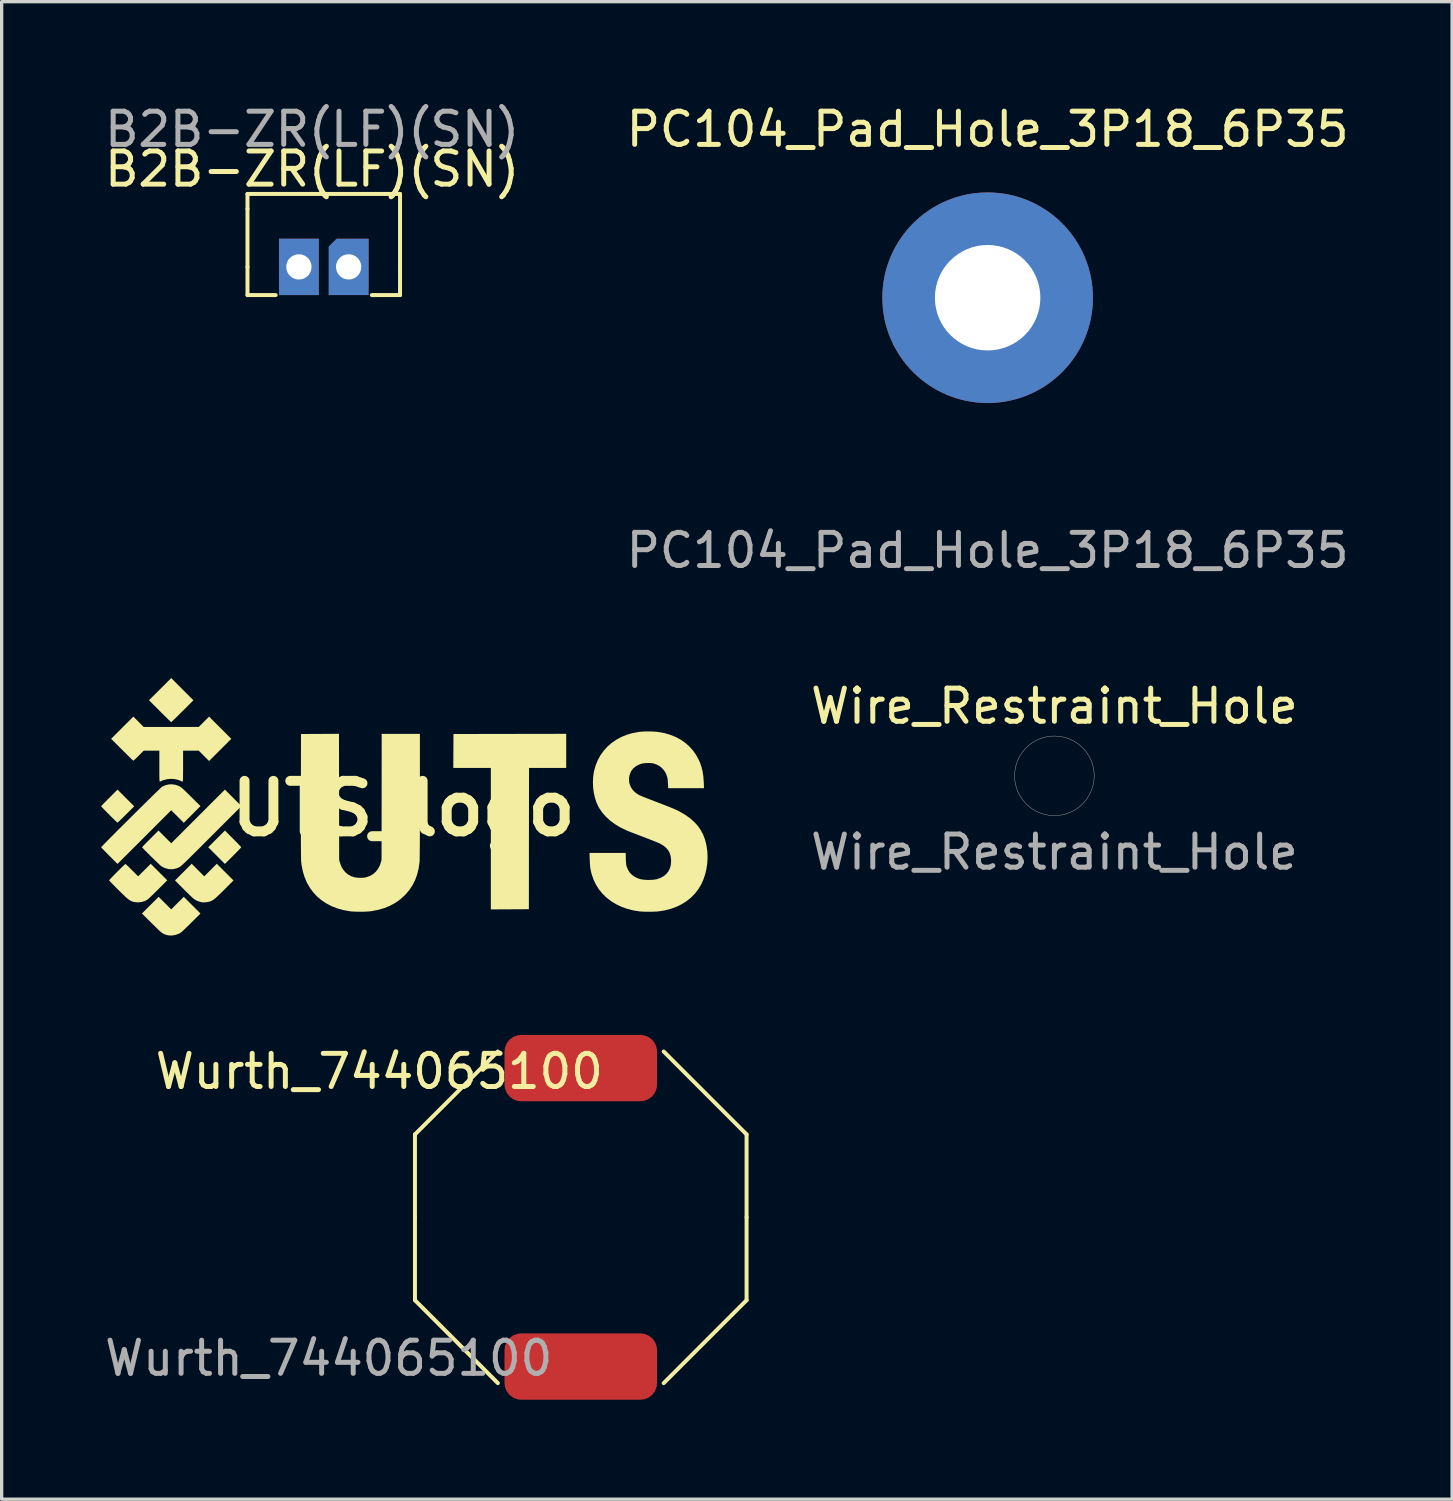
<source format=kicad_pcb>
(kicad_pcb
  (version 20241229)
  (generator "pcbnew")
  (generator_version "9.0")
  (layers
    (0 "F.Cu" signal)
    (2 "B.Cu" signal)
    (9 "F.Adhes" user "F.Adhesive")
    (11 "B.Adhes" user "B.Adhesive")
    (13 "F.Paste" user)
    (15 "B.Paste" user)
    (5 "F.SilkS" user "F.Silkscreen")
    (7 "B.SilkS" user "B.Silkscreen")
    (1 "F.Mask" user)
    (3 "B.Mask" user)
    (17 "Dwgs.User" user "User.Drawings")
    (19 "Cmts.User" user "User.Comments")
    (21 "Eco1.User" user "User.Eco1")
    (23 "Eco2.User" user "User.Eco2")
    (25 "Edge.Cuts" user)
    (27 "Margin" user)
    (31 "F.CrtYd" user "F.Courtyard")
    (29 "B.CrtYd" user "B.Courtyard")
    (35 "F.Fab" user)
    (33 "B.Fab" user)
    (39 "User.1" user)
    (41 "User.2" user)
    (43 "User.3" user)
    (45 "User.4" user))
  (footprint "UTS_logo"
    (layer "F.Cu")
    (at 9.114 21.331)
    (property "Reference" "UTS_logo" (at 0 0 0) (layer "F.SilkS") (effects (font (size 1.524 1.524) (thickness 0.3))))
    (attr board_only exclude_from_pos_files exclude_from_bom)
    (fp_poly (pts (xy 4.91 -1.225) (xy 3.789 -1.225) (xy 3.786 0.906) (xy 3.784 3.036) (xy 2.637 3.042) (xy 2.637 -1.225) (xy 1.505 -1.225) (xy 1.51 -2.247) (xy 3.21 -2.25) (xy 4.91 -2.253)) (stroke (width 0) (type solid)) (fill yes) (layer "F.SilkS"))
    (fp_poly (pts (xy -5.135 0.911) (xy -5.077 0.97) (xy -5.023 1.024) (xy -4.976 1.073) (xy -4.938 1.113) (xy -4.909 1.143) (xy -4.893 1.162) (xy -4.889 1.168) (xy -4.896 1.177) (xy -4.916 1.2) (xy -4.948 1.233) (xy -4.989 1.276) (xy -5.038 1.326) (xy -5.093 1.382) (xy -5.136 1.425) (xy -5.382 1.671) (xy -5.634 1.419) (xy -5.885 1.168) (xy -5.634 0.916) (xy -5.382 0.664)) (stroke (width 0) (type solid)) (fill yes) (layer "F.SilkS"))
    (fp_poly (pts (xy -6.667 -3.599) (xy -6.332 -3.264) (xy -6.661 -2.935) (xy -6.73 -2.867) (xy -6.794 -2.804) (xy -6.852 -2.746) (xy -6.903 -2.697) (xy -6.945 -2.657) (xy -6.976 -2.627) (xy -6.996 -2.61) (xy -7.001 -2.605) (xy -7.011 -2.613) (xy -7.033 -2.633) (xy -7.067 -2.665) (xy -7.111 -2.708) (xy -7.164 -2.759) (xy -7.223 -2.818) (xy -7.288 -2.882) (xy -7.341 -2.935) (xy -7.671 -3.265) (xy -7.336 -3.599) (xy -7.001 -3.934)) (stroke (width 0) (type solid)) (fill yes) (layer "F.SilkS"))
    (fp_poly (pts (xy -8.369 -0.319) (xy -8.117 -0.067) (xy -8.364 0.179) (xy -8.423 0.238) (xy -8.477 0.291) (xy -8.526 0.338) (xy -8.566 0.377) (xy -8.596 0.405) (xy -8.615 0.422) (xy -8.621 0.426) (xy -8.63 0.418) (xy -8.653 0.398) (xy -8.686 0.367) (xy -8.729 0.326) (xy -8.779 0.277) (xy -8.834 0.222) (xy -8.872 0.184) (xy -8.93 0.126) (xy -8.983 0.072) (xy -9.03 0.024) (xy -9.067 -0.015) (xy -9.095 -0.045) (xy -9.111 -0.063) (xy -9.114 -0.068) (xy -9.107 -0.077) (xy -9.086 -0.1) (xy -9.055 -0.133) (xy -9.014 -0.176) (xy -8.965 -0.226) (xy -8.91 -0.282) (xy -8.867 -0.324) (xy -8.62 -0.571)) (stroke (width 0) (type solid)) (fill yes) (layer "F.SilkS"))
    (fp_poly (pts (xy -6.194 1.855) (xy -6.005 2.045) (xy -5.815 1.855) (xy -5.626 1.666) (xy -5.123 2.169) (xy -5.396 2.443) (xy -5.476 2.522) (xy -5.543 2.588) (xy -5.6 2.642) (xy -5.648 2.686) (xy -5.689 2.72) (xy -5.724 2.747) (xy -5.757 2.768) (xy -5.788 2.784) (xy -5.819 2.797) (xy -5.841 2.805) (xy -5.891 2.817) (xy -5.951 2.826) (xy -6.013 2.83) (xy -6.069 2.828) (xy -6.098 2.824) (xy -6.188 2.796) (xy -6.273 2.756) (xy -6.319 2.725) (xy -6.34 2.706) (xy -6.374 2.676) (xy -6.419 2.634) (xy -6.471 2.584) (xy -6.529 2.528) (xy -6.59 2.467) (xy -6.633 2.424) (xy -6.887 2.169) (xy -6.384 1.666)) (stroke (width 0) (type solid)) (fill yes) (layer "F.SilkS"))
    (fp_poly (pts (xy -7.191 2.852) (xy -7.001 3.041) (xy -6.812 2.852) (xy -6.622 2.663) (xy -6.371 2.914) (xy -6.119 3.166) (xy -6.404 3.45) (xy -6.48 3.526) (xy -6.544 3.588) (xy -6.596 3.638) (xy -6.638 3.677) (xy -6.672 3.708) (xy -6.7 3.731) (xy -6.724 3.749) (xy -6.744 3.761) (xy -6.755 3.767) (xy -6.856 3.807) (xy -6.958 3.827) (xy -7.06 3.827) (xy -7.127 3.816) (xy -7.161 3.807) (xy -7.191 3.797) (xy -7.22 3.785) (xy -7.249 3.769) (xy -7.28 3.748) (xy -7.316 3.72) (xy -7.357 3.684) (xy -7.406 3.639) (xy -7.464 3.582) (xy -7.534 3.513) (xy -7.593 3.455) (xy -7.884 3.166) (xy -7.632 2.914) (xy -7.38 2.663)) (stroke (width 0) (type solid)) (fill yes) (layer "F.SilkS"))
    (fp_poly (pts (xy -5.133 -0.322) (xy -4.884 -0.073) (xy -5.787 0.83) (xy -5.923 0.966) (xy -6.045 1.088) (xy -6.154 1.197) (xy -6.251 1.293) (xy -6.336 1.378) (xy -6.411 1.452) (xy -6.476 1.516) (xy -6.532 1.571) (xy -6.58 1.617) (xy -6.62 1.655) (xy -6.654 1.686) (xy -6.681 1.711) (xy -6.704 1.731) (xy -6.723 1.746) (xy -6.738 1.757) (xy -6.751 1.765) (xy -6.757 1.769) (xy -6.853 1.809) (xy -6.95 1.829) (xy -7.052 1.829) (xy -7.074 1.826) (xy -7.164 1.805) (xy -7.252 1.768) (xy -7.296 1.742) (xy -7.313 1.728) (xy -7.343 1.702) (xy -7.381 1.666) (xy -7.428 1.622) (xy -7.48 1.572) (xy -7.535 1.518) (xy -7.593 1.462) (xy -7.65 1.406) (xy -7.704 1.351) (xy -7.755 1.3) (xy -7.8 1.255) (xy -7.836 1.217) (xy -7.862 1.189) (xy -7.876 1.172) (xy -7.878 1.168) (xy -7.871 1.158) (xy -7.851 1.136) (xy -7.82 1.102) (xy -7.779 1.06) (xy -7.73 1.009) (xy -7.674 0.953) (xy -7.632 0.911) (xy -7.385 0.664) (xy -7.193 0.856) (xy -7.001 1.048) (xy -6.192 0.239) (xy -5.382 -0.571)) (stroke (width 0) (type solid)) (fill yes) (layer "F.SilkS"))
    (fp_poly (pts (xy -6.871 -0.715) (xy -6.77 -0.679) (xy -6.757 -0.673) (xy -6.738 -0.662) (xy -6.717 -0.648) (xy -6.692 -0.63) (xy -6.663 -0.605) (xy -6.628 -0.573) (xy -6.584 -0.532) (xy -6.53 -0.48) (xy -6.465 -0.416) (xy -6.404 -0.356) (xy -6.119 -0.073) (xy -6.622 0.431) (xy -6.812 0.241) (xy -7.001 0.052) (xy -7.811 0.862) (xy -8.621 1.671) (xy -8.867 1.425) (xy -8.926 1.366) (xy -8.979 1.311) (xy -9.026 1.263) (xy -9.065 1.223) (xy -9.093 1.192) (xy -9.11 1.173) (xy -9.114 1.168) (xy -9.106 1.158) (xy -9.086 1.135) (xy -9.052 1.1) (xy -9.007 1.054) (xy -8.951 0.997) (xy -8.886 0.931) (xy -8.813 0.857) (xy -8.732 0.776) (xy -8.646 0.689) (xy -8.554 0.597) (xy -8.458 0.502) (xy -8.36 0.404) (xy -8.259 0.304) (xy -8.158 0.204) (xy -8.058 0.104) (xy -7.959 0.006) (xy -7.862 -0.09) (xy -7.769 -0.181) (xy -7.681 -0.268) (xy -7.598 -0.349) (xy -7.523 -0.423) (xy -7.455 -0.489) (xy -7.397 -0.545) (xy -7.348 -0.591) (xy -7.311 -0.626) (xy -7.287 -0.649) (xy -7.276 -0.658) (xy -7.177 -0.703) (xy -7.076 -0.727) (xy -6.974 -0.731)) (stroke (width 0) (type solid)) (fill yes) (layer "F.SilkS"))
    (fp_poly (pts (xy -7.37 1.915) (xy -7.121 2.164) (xy -7.398 2.442) (xy -7.463 2.506) (xy -7.524 2.567) (xy -7.581 2.622) (xy -7.632 2.67) (xy -7.673 2.708) (xy -7.705 2.736) (xy -7.723 2.751) (xy -7.724 2.751) (xy -7.804 2.792) (xy -7.894 2.818) (xy -7.988 2.83) (xy -8.08 2.825) (xy -8.113 2.819) (xy -8.15 2.81) (xy -8.183 2.8) (xy -8.214 2.787) (xy -8.246 2.77) (xy -8.279 2.748) (xy -8.317 2.718) (xy -8.36 2.681) (xy -8.411 2.634) (xy -8.472 2.575) (xy -8.544 2.504) (xy -8.592 2.457) (xy -8.655 2.394) (xy -8.713 2.335) (xy -8.765 2.283) (xy -8.808 2.238) (xy -8.842 2.202) (xy -8.865 2.177) (xy -8.875 2.165) (xy -8.875 2.165) (xy -8.868 2.155) (xy -8.848 2.132) (xy -8.817 2.1) (xy -8.778 2.059) (xy -8.733 2.013) (xy -8.683 1.962) (xy -8.631 1.91) (xy -8.579 1.858) (xy -8.528 1.808) (xy -8.482 1.763) (xy -8.443 1.725) (xy -8.411 1.696) (xy -8.39 1.677) (xy -8.382 1.671) (xy -8.372 1.678) (xy -8.349 1.698) (xy -8.317 1.729) (xy -8.275 1.768) (xy -8.228 1.815) (xy -8.185 1.858) (xy -7.998 2.045) (xy -7.808 1.856) (xy -7.619 1.666)) (stroke (width 0) (type solid)) (fill yes) (layer "F.SilkS"))
    (fp_poly (pts (xy -5.19 -2.102) (xy -5.525 -1.767) (xy -5.859 -1.433) (xy -6.015 -1.588) (xy -6.171 -1.744) (xy -6.643 -1.744) (xy -6.643 -1.277) (xy -6.643 -1.15) (xy -6.644 -1.044) (xy -6.645 -0.957) (xy -6.647 -0.891) (xy -6.649 -0.845) (xy -6.651 -0.818) (xy -6.654 -0.81) (xy -6.669 -0.814) (xy -6.695 -0.825) (xy -6.703 -0.829) (xy -6.802 -0.867) (xy -6.909 -0.889) (xy -7.02 -0.895) (xy -7.132 -0.883) (xy -7.237 -0.855) (xy -7.274 -0.841) (xy -7.304 -0.829) (xy -7.321 -0.82) (xy -7.323 -0.819) (xy -7.331 -0.812) (xy -7.338 -0.808) (xy -7.344 -0.81) (xy -7.349 -0.819) (xy -7.352 -0.836) (xy -7.355 -0.864) (xy -7.357 -0.903) (xy -7.358 -0.956) (xy -7.359 -1.024) (xy -7.359 -1.109) (xy -7.359 -1.212) (xy -7.359 -1.277) (xy -7.359 -1.744) (xy -7.832 -1.744) (xy -7.982 -1.593) (xy -8.028 -1.548) (xy -8.069 -1.508) (xy -8.104 -1.476) (xy -8.129 -1.453) (xy -8.142 -1.443) (xy -8.143 -1.443) (xy -8.152 -1.45) (xy -8.175 -1.47) (xy -8.209 -1.502) (xy -8.253 -1.545) (xy -8.305 -1.596) (xy -8.365 -1.655) (xy -8.43 -1.72) (xy -8.483 -1.772) (xy -8.813 -2.102) (xy -8.478 -2.437) (xy -8.143 -2.772) (xy -7.987 -2.616) (xy -7.832 -2.46) (xy -6.171 -2.46) (xy -6.015 -2.616) (xy -5.86 -2.772)) (stroke (width 0) (type solid)) (fill yes) (layer "F.SilkS"))
    (fp_poly (pts (xy -1.936 1.552) (xy -1.913 1.633) (xy -1.872 1.744) (xy -1.816 1.842) (xy -1.747 1.924) (xy -1.666 1.991) (xy -1.571 2.042) (xy -1.478 2.072) (xy -1.413 2.083) (xy -1.338 2.089) (xy -1.259 2.089) (xy -1.185 2.084) (xy -1.123 2.073) (xy -1.121 2.073) (xy -1.013 2.035) (xy -0.919 1.981) (xy -0.837 1.911) (xy -0.769 1.826) (xy -0.715 1.726) (xy -0.682 1.633) (xy -0.659 1.552) (xy -0.656 -0.35) (xy -0.654 -2.252) (xy 0.498 -2.252) (xy 0.498 -0.37) (xy 0.498 -0.1) (xy 0.498 0.151) (xy 0.498 0.382) (xy 0.497 0.594) (xy 0.497 0.787) (xy 0.496 0.961) (xy 0.495 1.114) (xy 0.494 1.248) (xy 0.493 1.362) (xy 0.492 1.456) (xy 0.491 1.529) (xy 0.489 1.583) (xy 0.488 1.615) (xy 0.487 1.621) (xy 0.459 1.811) (xy 0.415 1.989) (xy 0.355 2.155) (xy 0.278 2.308) (xy 0.184 2.451) (xy 0.073 2.584) (xy 0.037 2.621) (xy -0.097 2.741) (xy -0.241 2.843) (xy -0.398 2.929) (xy -0.566 2.999) (xy -0.747 3.053) (xy -0.941 3.091) (xy -0.989 3.098) (xy -1.062 3.105) (xy -1.15 3.11) (xy -1.247 3.112) (xy -1.346 3.112) (xy -1.443 3.11) (xy -1.532 3.106) (xy -1.608 3.099) (xy -1.619 3.097) (xy -1.816 3.061) (xy -2.001 3.009) (xy -2.173 2.941) (xy -2.332 2.857) (xy -2.478 2.759) (xy -2.609 2.646) (xy -2.725 2.52) (xy -2.827 2.38) (xy -2.913 2.227) (xy -2.982 2.062) (xy -3.035 1.885) (xy -3.071 1.697) (xy -3.083 1.593) (xy -3.085 1.564) (xy -3.086 1.516) (xy -3.087 1.448) (xy -3.088 1.36) (xy -3.089 1.252) (xy -3.09 1.124) (xy -3.091 0.976) (xy -3.091 0.808) (xy -3.091 0.62) (xy -3.092 0.411) (xy -3.092 0.182) (xy -3.091 -0.068) (xy -3.091 -0.339) (xy -3.091 -0.389) (xy -3.088 -2.247) (xy -2.515 -2.25) (xy -1.942 -2.253)) (stroke (width 0) (type solid)) (fill yes) (layer "F.SilkS"))
    (fp_poly (pts (xy 7.469 -2.324) (xy 7.567 -2.319) (xy 7.655 -2.312) (xy 7.675 -2.309) (xy 7.864 -2.276) (xy 8.042 -2.225) (xy 8.207 -2.159) (xy 8.36 -2.078) (xy 8.5 -1.981) (xy 8.626 -1.869) (xy 8.737 -1.744) (xy 8.834 -1.604) (xy 8.915 -1.451) (xy 8.947 -1.377) (xy 8.99 -1.25) (xy 9.023 -1.116) (xy 9.045 -0.969) (xy 9.057 -0.807) (xy 9.059 -0.781) (xy 9.065 -0.612) (xy 7.985 -0.612) (xy 7.979 -0.75) (xy 7.975 -0.808) (xy 7.97 -0.865) (xy 7.963 -0.914) (xy 7.957 -0.949) (xy 7.956 -0.949) (xy 7.919 -1.054) (xy 7.864 -1.145) (xy 7.795 -1.224) (xy 7.713 -1.287) (xy 7.617 -1.335) (xy 7.536 -1.361) (xy 7.483 -1.369) (xy 7.417 -1.373) (xy 7.346 -1.372) (xy 7.276 -1.368) (xy 7.216 -1.36) (xy 7.193 -1.355) (xy 7.096 -1.321) (xy 7.01 -1.274) (xy 6.937 -1.215) (xy 6.881 -1.146) (xy 6.857 -1.105) (xy 6.82 -1.008) (xy 6.804 -0.911) (xy 6.806 -0.815) (xy 6.827 -0.722) (xy 6.866 -0.634) (xy 6.922 -0.553) (xy 6.994 -0.482) (xy 7.082 -0.421) (xy 7.105 -0.408) (xy 7.133 -0.395) (xy 7.178 -0.376) (xy 7.237 -0.352) (xy 7.308 -0.323) (xy 7.388 -0.292) (xy 7.474 -0.258) (xy 7.564 -0.224) (xy 7.593 -0.213) (xy 7.723 -0.163) (xy 7.836 -0.12) (xy 7.933 -0.082) (xy 8.017 -0.049) (xy 8.089 -0.019) (xy 8.151 0.007) (xy 8.206 0.031) (xy 8.255 0.054) (xy 8.3 0.077) (xy 8.335 0.095) (xy 8.499 0.19) (xy 8.643 0.292) (xy 8.768 0.402) (xy 8.876 0.52) (xy 8.966 0.648) (xy 9.039 0.786) (xy 9.096 0.936) (xy 9.137 1.097) (xy 9.163 1.272) (xy 9.166 1.303) (xy 9.173 1.477) (xy 9.163 1.653) (xy 9.137 1.828) (xy 9.096 1.997) (xy 9.041 2.158) (xy 8.983 2.283) (xy 8.895 2.431) (xy 8.791 2.565) (xy 8.672 2.686) (xy 8.539 2.793) (xy 8.392 2.886) (xy 8.232 2.964) (xy 8.06 3.026) (xy 7.877 3.072) (xy 7.682 3.103) (xy 7.679 3.103) (xy 7.625 3.107) (xy 7.556 3.11) (xy 7.477 3.112) (xy 7.394 3.112) (xy 7.311 3.112) (xy 7.233 3.11) (xy 7.166 3.106) (xy 7.121 3.102) (xy 6.928 3.071) (xy 6.744 3.024) (xy 6.572 2.962) (xy 6.411 2.884) (xy 6.262 2.793) (xy 6.127 2.688) (xy 6.005 2.57) (xy 5.899 2.441) (xy 5.809 2.3) (xy 5.736 2.148) (xy 5.683 1.998) (xy 5.662 1.917) (xy 5.645 1.84) (xy 5.633 1.761) (xy 5.625 1.674) (xy 5.62 1.574) (xy 5.618 1.534) (xy 5.613 1.339) (xy 6.703 1.339) (xy 6.708 1.513) (xy 6.712 1.596) (xy 6.717 1.66) (xy 6.723 1.709) (xy 6.731 1.744) (xy 6.772 1.845) (xy 6.825 1.931) (xy 6.893 2.002) (xy 6.975 2.06) (xy 7.074 2.106) (xy 7.148 2.13) (xy 7.213 2.142) (xy 7.291 2.15) (xy 7.377 2.153) (xy 7.464 2.152) (xy 7.547 2.146) (xy 7.618 2.136) (xy 7.645 2.129) (xy 7.755 2.091) (xy 7.85 2.039) (xy 7.928 1.974) (xy 7.99 1.897) (xy 8.035 1.808) (xy 8.063 1.707) (xy 8.073 1.595) (xy 8.072 1.536) (xy 8.058 1.432) (xy 8.029 1.339) (xy 7.983 1.256) (xy 7.92 1.183) (xy 7.839 1.117) (xy 7.739 1.059) (xy 7.718 1.049) (xy 7.69 1.036) (xy 7.646 1.018) (xy 7.587 0.994) (xy 7.516 0.965) (xy 7.436 0.934) (xy 7.349 0.9) (xy 7.258 0.865) (xy 7.219 0.851) (xy 7.127 0.815) (xy 7.038 0.781) (xy 6.953 0.748) (xy 6.877 0.719) (xy 6.811 0.693) (xy 6.758 0.671) (xy 6.721 0.656) (xy 6.711 0.652) (xy 6.536 0.566) (xy 6.376 0.469) (xy 6.232 0.362) (xy 6.105 0.246) (xy 5.996 0.12) (xy 5.905 -0.014) (xy 5.883 -0.052) (xy 5.824 -0.179) (xy 5.777 -0.32) (xy 5.743 -0.47) (xy 5.722 -0.627) (xy 5.715 -0.786) (xy 5.722 -0.944) (xy 5.743 -1.097) (xy 5.75 -1.131) (xy 5.797 -1.3) (xy 5.862 -1.459) (xy 5.943 -1.607) (xy 6.041 -1.743) (xy 6.153 -1.867) (xy 6.28 -1.978) (xy 6.421 -2.075) (xy 6.574 -2.158) (xy 6.738 -2.225) (xy 6.914 -2.276) (xy 7.089 -2.309) (xy 7.169 -2.317) (xy 7.263 -2.323) (xy 7.365 -2.325)) (stroke (width 0) (type solid)) (fill yes) (layer "F.SilkS")))
  (footprint "B2B-ZR(LF)(SN)"
    (layer "F.Cu")
    (at 6.713 4.548)
    (property "Reference" "B2B-ZR(LF)(SN)" (at -0.35 -2.5 0) (unlocked yes) (layer "F.SilkS") (effects (font (size 1 1) (thickness 0.15))))
    (attr through_hole)
    (fp_line (start -2.3 -1.75) (end 2.3 -1.75) (stroke (width 0.12) (type solid)) (layer "F.SilkS"))
    (fp_line (start -2.3 -1.3) (end -2.3 -1.75) (stroke (width 0.12) (type solid)) (layer "F.SilkS"))
    (fp_line (start -2.3 0.45) (end -2.3 -1.3) (stroke (width 0.12) (type solid)) (layer "F.SilkS"))
    (fp_line (start -2.3 0.45) (end -2.3 1.3) (stroke (width 0.12) (type solid)) (layer "F.SilkS"))
    (fp_line (start -2.3 1.3) (end -1.45 1.3) (stroke (width 0.12) (type solid)) (layer "F.SilkS"))
    (fp_line (start 2.3 -1.75) (end 2.3 0.45) (stroke (width 0.12) (type solid)) (layer "F.SilkS"))
    (fp_line (start 2.3 0.45) (end 2.3 1.3) (stroke (width 0.12) (type solid)) (layer "F.SilkS"))
    (fp_line (start 2.3 1.3) (end 1.45 1.3) (stroke (width 0.12) (type solid)) (layer "F.SilkS"))
    (fp_text user "${REFERENCE}" (at -0.35 -3.7 0) (unlocked yes) (layer "F.Fab") (effects (font (size 1 1) (thickness 0.15))))
    (pad "1" thru_hole roundrect (at 0.75 0.45) (size 1.2 1.7) (drill 0.762) (layers "*.Cu" "*.Mask") (roundrect_rratio 0) (chamfer_ratio 0.2) (chamfer top_left))
    (pad "2" thru_hole rect (at -0.75 0.45) (size 1.2 1.7) (drill 0.762) (layers "*.Cu" "*.Mask")))
  (footprint "Wurth_744065100"
    (layer "F.Cu")
    (at 14.463 33.658)
    (property "Reference" "Wurth_744065100" (at -6.075 -4.4 0) (unlocked yes) (layer "F.SilkS") (effects (font (size 1 1) (thickness 0.15))))
    (attr smd)
    (fp_line (start -5 -2.5) (end -2.5 -5) (stroke (width 0.12) (type solid)) (layer "F.SilkS"))
    (fp_line (start -5 0) (end -5 -2.5) (stroke (width 0.12) (type solid)) (layer "F.SilkS"))
    (fp_line (start -5 0) (end -5 2.5) (stroke (width 0.12) (type solid)) (layer "F.SilkS"))
    (fp_line (start -5 2.5) (end -2.5 5) (stroke (width 0.12) (type solid)) (layer "F.SilkS"))
    (fp_line (start 5 -2.5) (end 2.5 -5) (stroke (width 0.12) (type solid)) (layer "F.SilkS"))
    (fp_line (start 5 0) (end 5 -2.5) (stroke (width 0.12) (type solid)) (layer "F.SilkS"))
    (fp_line (start 5 0) (end 5 2.5) (stroke (width 0.12) (type solid)) (layer "F.SilkS"))
    (fp_line (start 5 2.5) (end 2.5 5) (stroke (width 0.12) (type solid)) (layer "F.SilkS"))
    (fp_text user "${REFERENCE}" (at -7.6 4.25 0) (unlocked yes) (layer "F.Fab") (effects (font (size 1 1) (thickness 0.15))))
    (pad "1" smd roundrect (at 0 -4.5) (size 4.6 2) (layers "F.Cu" "F.Mask" "F.Paste") (roundrect_rratio 0.25))
    (pad "2" smd roundrect (at 0 4.5) (size 4.6 2) (layers "F.Cu" "F.Mask" "F.Paste") (roundrect_rratio 0.25)))
  (footprint "Wire_Restraint_Hole"
    (layer "F.Cu")
    (at 28.745 20.345)
    (property "Reference" "Wire_Restraint_Hole" (at 0 -2.1 0) (unlocked yes) (layer "F.SilkS") (effects (font (size 1 1) (thickness 0.15))))
    (attr through_hole)
    (fp_circle (center 0 0) (end 1.2 0) (stroke (width 0.01) (type solid)) (fill no) (layer "Edge.Cuts"))
    (fp_text user "${REFERENCE}" (at 0 2.3 0) (unlocked yes) (layer "F.Fab") (effects (font (size 1 1) (thickness 0.15))))
    (pad "" np_thru_hole circle (at 0 0) (size 0.001 0.001) (drill 1.2) (layers "*.Cu" "*.Mask")))
  (footprint "PC104_Pad_Hole_3P18_6P35"
    (layer "F.Cu")
    (at 26.732 5.928)
    (property "Reference" "PC104_Pad_Hole_3P18_6P35" (at 0 -5.08 0) (unlocked yes) (layer "F.SilkS") (effects (font (size 1 1) (thickness 0.15))))
    (attr through_hole)
    (fp_text user "${REFERENCE}" (at 0 7.62 0) (unlocked yes) (layer "F.Fab") (effects (font (size 1 1) (thickness 0.15))))
    (pad "1" thru_hole circle (at 0 0) (size 6.35 6.35) (drill 3.18) (layers "*.Cu" "*.Mask")))
  (gr_rect
    (start -3 -3)
    (end 40.738 42.158)
    (stroke (width 0.1) (type default))
    (fill no)
    (layer "Edge.Cuts")))
</source>
